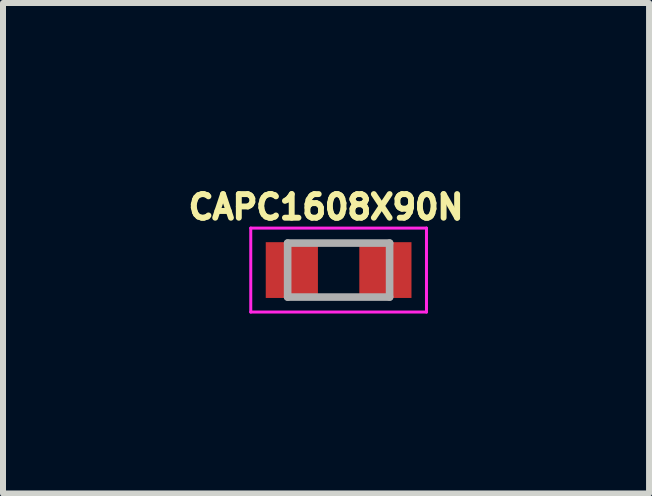
<source format=kicad_pcb>
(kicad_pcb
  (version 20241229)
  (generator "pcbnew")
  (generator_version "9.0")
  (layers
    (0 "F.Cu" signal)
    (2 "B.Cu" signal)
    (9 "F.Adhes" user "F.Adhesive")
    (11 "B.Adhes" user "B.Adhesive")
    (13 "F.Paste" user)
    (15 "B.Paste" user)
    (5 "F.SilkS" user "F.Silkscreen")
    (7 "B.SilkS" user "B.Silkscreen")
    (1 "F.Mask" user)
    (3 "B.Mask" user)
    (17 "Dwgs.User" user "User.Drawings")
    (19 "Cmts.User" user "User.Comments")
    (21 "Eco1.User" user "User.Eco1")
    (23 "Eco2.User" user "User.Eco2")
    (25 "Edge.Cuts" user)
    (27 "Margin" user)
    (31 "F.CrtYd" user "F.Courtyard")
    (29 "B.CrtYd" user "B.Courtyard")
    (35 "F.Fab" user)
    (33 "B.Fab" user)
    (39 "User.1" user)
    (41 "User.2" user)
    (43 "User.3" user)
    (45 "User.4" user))
  (footprint "CAPC1608X90N"
    (layer "F.Cu")
    (at 2.596 1.453)
    (property "Reference" "CAPC1608X90N" (at -0.21 -1.05 0) (layer "F.SilkS") (effects (font (size 0.394 0.394) (thickness 0.15))))
    (attr smd)
    (fp_line (start -1.465 -0.7) (end 1.465 -0.7) (stroke (width 0.05) (type solid)) (layer "F.CrtYd"))
    (fp_line (start -1.465 0.7) (end -1.465 -0.7) (stroke (width 0.05) (type solid)) (layer "F.CrtYd"))
    (fp_line (start -1.465 0.7) (end 1.465 0.7) (stroke (width 0.05) (type solid)) (layer "F.CrtYd"))
    (fp_line (start 1.465 0.7) (end 1.465 -0.7) (stroke (width 0.05) (type solid)) (layer "F.CrtYd"))
    (fp_line (start -0.85 0.45) (end -0.85 -0.45) (stroke (width 0.127) (type solid)) (layer "F.Fab"))
    (fp_line (start 0.85 -0.45) (end -0.85 -0.45) (stroke (width 0.127) (type solid)) (layer "F.Fab"))
    (fp_line (start 0.85 0.45) (end -0.85 0.45) (stroke (width 0.127) (type solid)) (layer "F.Fab"))
    (fp_line (start 0.85 0.45) (end 0.85 -0.45) (stroke (width 0.127) (type solid)) (layer "F.Fab"))
    (pad "1" smd rect (at -0.78 0) (size 0.87 0.93) (layers "F.Cu" "F.Mask" "F.Paste"))
    (pad "2" smd rect (at 0.78 0) (size 0.87 0.93) (layers "F.Cu" "F.Mask" "F.Paste")))
  (gr_rect
    (start -3 -3)
    (end 7.772 5.178)
    (stroke (width 0.1) (type default))
    (fill no)
    (layer "Edge.Cuts")))
</source>
